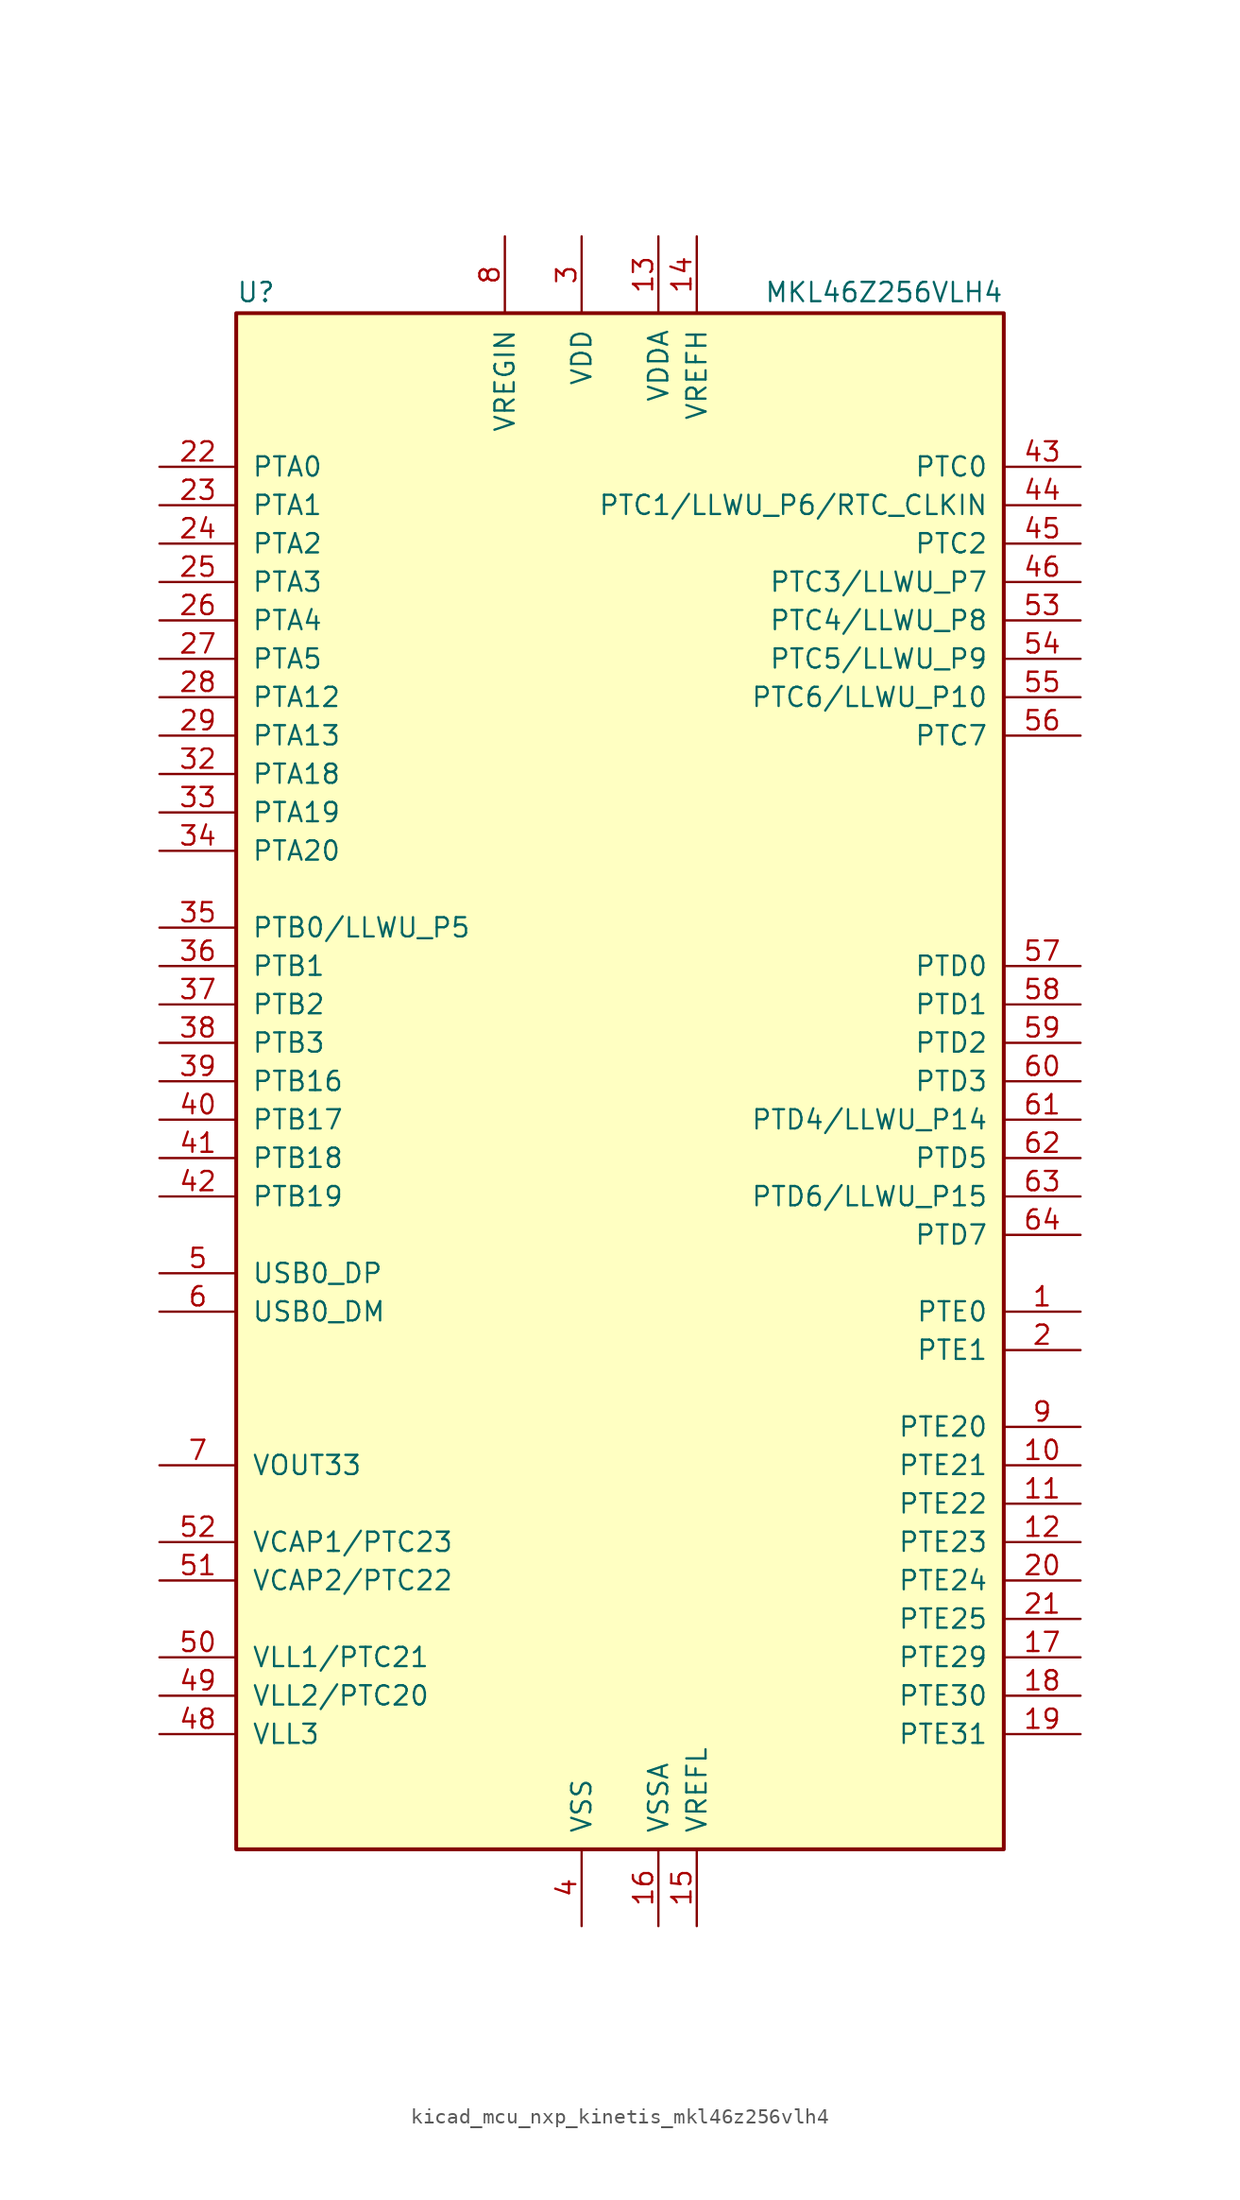
<source format=kicad_sym>
(kicad_symbol_lib
  (version 20220914)
  (generator kicad_symbol_editor)
  (symbol "kicad_mcu_nxp_kinetis_mkl46z256vlh4"
    (pin_names
      (offset 1.016))
    (property "Reference" "U"
      (at -25.4 51.435 0)
      (effects (font (size 1.27 1.27)) (justify left bottom)))
    (property "Value" "MKL46Z256VLH4"
      (at 25.4 51.435 0)
      (effects (font (size 1.27 1.27)) (justify right bottom)))
    (symbol "kicad_mcu_nxp_kinetis_mkl46z256vlh4_0_1"
      (rectangle (start -25.4 50.8) (end 25.4 -50.8) (stroke (width 0.254) (type default)) (fill (type background))))
    (symbol "kicad_mcu_nxp_kinetis_mkl46z256vlh4_1_1"
      (pin bidirectional line (at 30.48 -15.24 180) (length 5.08) (name "PTE0" (effects (font (size 1.27 1.27)))) (number "1" (effects (font (size 1.27 1.27)))))
      (pin bidirectional line (at 30.48 -25.4 180) (length 5.08) (name "PTE21" (effects (font (size 1.27 1.27)))) (number "10" (effects (font (size 1.27 1.27)))))
      (pin bidirectional line (at 30.48 -27.94 180) (length 5.08) (name "PTE22" (effects (font (size 1.27 1.27)))) (number "11" (effects (font (size 1.27 1.27)))))
      (pin bidirectional line (at 30.48 -30.48 180) (length 5.08) (name "PTE23" (effects (font (size 1.27 1.27)))) (number "12" (effects (font (size 1.27 1.27)))))
      (pin power_in line (at 2.54 55.88 270) (length 5.08) (name "VDDA" (effects (font (size 1.27 1.27)))) (number "13" (effects (font (size 1.27 1.27)))))
      (pin power_in line (at 5.08 55.88 270) (length 5.08) (name "VREFH" (effects (font (size 1.27 1.27)))) (number "14" (effects (font (size 1.27 1.27)))))
      (pin power_in line (at 5.08 -55.88 90) (length 5.08) (name "VREFL" (effects (font (size 1.27 1.27)))) (number "15" (effects (font (size 1.27 1.27)))))
      (pin power_in line (at 2.54 -55.88 90) (length 5.08) (name "VSSA" (effects (font (size 1.27 1.27)))) (number "16" (effects (font (size 1.27 1.27)))))
      (pin bidirectional line (at 30.48 -38.1 180) (length 5.08) (name "PTE29" (effects (font (size 1.27 1.27)))) (number "17" (effects (font (size 1.27 1.27)))))
      (pin bidirectional line (at 30.48 -40.64 180) (length 5.08) (name "PTE30" (effects (font (size 1.27 1.27)))) (number "18" (effects (font (size 1.27 1.27)))))
      (pin bidirectional line (at 30.48 -43.18 180) (length 5.08) (name "PTE31" (effects (font (size 1.27 1.27)))) (number "19" (effects (font (size 1.27 1.27)))))
      (pin bidirectional line (at 30.48 -17.78 180) (length 5.08) (name "PTE1" (effects (font (size 1.27 1.27)))) (number "2" (effects (font (size 1.27 1.27)))))
      (pin bidirectional line (at 30.48 -33.02 180) (length 5.08) (name "PTE24" (effects (font (size 1.27 1.27)))) (number "20" (effects (font (size 1.27 1.27)))))
      (pin bidirectional line (at 30.48 -35.56 180) (length 5.08) (name "PTE25" (effects (font (size 1.27 1.27)))) (number "21" (effects (font (size 1.27 1.27)))))
      (pin bidirectional line (at -30.48 40.64 0) (length 5.08) (name "PTA0" (effects (font (size 1.27 1.27)))) (number "22" (effects (font (size 1.27 1.27)))))
      (pin bidirectional line (at -30.48 38.1 0) (length 5.08) (name "PTA1" (effects (font (size 1.27 1.27)))) (number "23" (effects (font (size 1.27 1.27)))))
      (pin bidirectional line (at -30.48 35.56 0) (length 5.08) (name "PTA2" (effects (font (size 1.27 1.27)))) (number "24" (effects (font (size 1.27 1.27)))))
      (pin bidirectional line (at -30.48 33.02 0) (length 5.08) (name "PTA3" (effects (font (size 1.27 1.27)))) (number "25" (effects (font (size 1.27 1.27)))))
      (pin bidirectional line (at -30.48 30.48 0) (length 5.08) (name "PTA4" (effects (font (size 1.27 1.27)))) (number "26" (effects (font (size 1.27 1.27)))))
      (pin bidirectional line (at -30.48 27.94 0) (length 5.08) (name "PTA5" (effects (font (size 1.27 1.27)))) (number "27" (effects (font (size 1.27 1.27)))))
      (pin bidirectional line (at -30.48 25.4 0) (length 5.08) (name "PTA12" (effects (font (size 1.27 1.27)))) (number "28" (effects (font (size 1.27 1.27)))))
      (pin bidirectional line (at -30.48 22.86 0) (length 5.08) (name "PTA13" (effects (font (size 1.27 1.27)))) (number "29" (effects (font (size 1.27 1.27)))))
      (pin power_in line (at -2.54 55.88 270) (length 5.08) (name "VDD" (effects (font (size 1.27 1.27)))) (number "3" (effects (font (size 1.27 1.27)))))
      (pin passive line (at -2.54 55.88 270) (length 5.08) hide (name "VDD" (effects (font (size 1.27 1.27)))) (number "30" (effects (font (size 1.27 1.27)))))
      (pin passive line (at -2.54 -55.88 90) (length 5.08) hide (name "VSS" (effects (font (size 1.27 1.27)))) (number "31" (effects (font (size 1.27 1.27)))))
      (pin bidirectional line (at -30.48 20.32 0) (length 5.08) (name "PTA18" (effects (font (size 1.27 1.27)))) (number "32" (effects (font (size 1.27 1.27)))))
      (pin bidirectional line (at -30.48 17.78 0) (length 5.08) (name "PTA19" (effects (font (size 1.27 1.27)))) (number "33" (effects (font (size 1.27 1.27)))))
      (pin bidirectional line (at -30.48 15.24 0) (length 5.08) (name "PTA20" (effects (font (size 1.27 1.27)))) (number "34" (effects (font (size 1.27 1.27)))))
      (pin bidirectional line (at -30.48 10.16 0) (length 5.08) (name "PTB0/LLWU_P5" (effects (font (size 1.27 1.27)))) (number "35" (effects (font (size 1.27 1.27)))))
      (pin bidirectional line (at -30.48 7.62 0) (length 5.08) (name "PTB1" (effects (font (size 1.27 1.27)))) (number "36" (effects (font (size 1.27 1.27)))))
      (pin bidirectional line (at -30.48 5.08 0) (length 5.08) (name "PTB2" (effects (font (size 1.27 1.27)))) (number "37" (effects (font (size 1.27 1.27)))))
      (pin bidirectional line (at -30.48 2.54 0) (length 5.08) (name "PTB3" (effects (font (size 1.27 1.27)))) (number "38" (effects (font (size 1.27 1.27)))))
      (pin bidirectional line (at -30.48 0 0) (length 5.08) (name "PTB16" (effects (font (size 1.27 1.27)))) (number "39" (effects (font (size 1.27 1.27)))))
      (pin power_in line (at -2.54 -55.88 90) (length 5.08) (name "VSS" (effects (font (size 1.27 1.27)))) (number "4" (effects (font (size 1.27 1.27)))))
      (pin bidirectional line (at -30.48 -2.54 0) (length 5.08) (name "PTB17" (effects (font (size 1.27 1.27)))) (number "40" (effects (font (size 1.27 1.27)))))
      (pin bidirectional line (at -30.48 -5.08 0) (length 5.08) (name "PTB18" (effects (font (size 1.27 1.27)))) (number "41" (effects (font (size 1.27 1.27)))))
      (pin bidirectional line (at -30.48 -7.62 0) (length 5.08) (name "PTB19" (effects (font (size 1.27 1.27)))) (number "42" (effects (font (size 1.27 1.27)))))
      (pin bidirectional line (at 30.48 40.64 180) (length 5.08) (name "PTC0" (effects (font (size 1.27 1.27)))) (number "43" (effects (font (size 1.27 1.27)))))
      (pin bidirectional line (at 30.48 38.1 180) (length 5.08) (name "PTC1/LLWU_P6/RTC_CLKIN" (effects (font (size 1.27 1.27)))) (number "44" (effects (font (size 1.27 1.27)))))
      (pin bidirectional line (at 30.48 35.56 180) (length 5.08) (name "PTC2" (effects (font (size 1.27 1.27)))) (number "45" (effects (font (size 1.27 1.27)))))
      (pin bidirectional line (at 30.48 33.02 180) (length 5.08) (name "PTC3/LLWU_P7" (effects (font (size 1.27 1.27)))) (number "46" (effects (font (size 1.27 1.27)))))
      (pin passive line (at -2.54 -55.88 90) (length 5.08) hide (name "VSS" (effects (font (size 1.27 1.27)))) (number "47" (effects (font (size 1.27 1.27)))))
      (pin power_out line (at -30.48 -43.18 0) (length 5.08) (name "VLL3" (effects (font (size 1.27 1.27)))) (number "48" (effects (font (size 1.27 1.27)))))
      (pin power_out line (at -30.48 -40.64 0) (length 5.08) (name "VLL2/PTC20" (effects (font (size 1.27 1.27)))) (number "49" (effects (font (size 1.27 1.27)))))
      (pin bidirectional line (at -30.48 -12.7 0) (length 5.08) (name "USB0_DP" (effects (font (size 1.27 1.27)))) (number "5" (effects (font (size 1.27 1.27)))))
      (pin power_out line (at -30.48 -38.1 0) (length 5.08) (name "VLL1/PTC21" (effects (font (size 1.27 1.27)))) (number "50" (effects (font (size 1.27 1.27)))))
      (pin passive line (at -30.48 -33.02 0) (length 5.08) (name "VCAP2/PTC22" (effects (font (size 1.27 1.27)))) (number "51" (effects (font (size 1.27 1.27)))))
      (pin passive line (at -30.48 -30.48 0) (length 5.08) (name "VCAP1/PTC23" (effects (font (size 1.27 1.27)))) (number "52" (effects (font (size 1.27 1.27)))))
      (pin bidirectional line (at 30.48 30.48 180) (length 5.08) (name "PTC4/LLWU_P8" (effects (font (size 1.27 1.27)))) (number "53" (effects (font (size 1.27 1.27)))))
      (pin bidirectional line (at 30.48 27.94 180) (length 5.08) (name "PTC5/LLWU_P9" (effects (font (size 1.27 1.27)))) (number "54" (effects (font (size 1.27 1.27)))))
      (pin bidirectional line (at 30.48 25.4 180) (length 5.08) (name "PTC6/LLWU_P10" (effects (font (size 1.27 1.27)))) (number "55" (effects (font (size 1.27 1.27)))))
      (pin bidirectional line (at 30.48 22.86 180) (length 5.08) (name "PTC7" (effects (font (size 1.27 1.27)))) (number "56" (effects (font (size 1.27 1.27)))))
      (pin bidirectional line (at 30.48 7.62 180) (length 5.08) (name "PTD0" (effects (font (size 1.27 1.27)))) (number "57" (effects (font (size 1.27 1.27)))))
      (pin bidirectional line (at 30.48 5.08 180) (length 5.08) (name "PTD1" (effects (font (size 1.27 1.27)))) (number "58" (effects (font (size 1.27 1.27)))))
      (pin bidirectional line (at 30.48 2.54 180) (length 5.08) (name "PTD2" (effects (font (size 1.27 1.27)))) (number "59" (effects (font (size 1.27 1.27)))))
      (pin bidirectional line (at -30.48 -15.24 0) (length 5.08) (name "USB0_DM" (effects (font (size 1.27 1.27)))) (number "6" (effects (font (size 1.27 1.27)))))
      (pin bidirectional line (at 30.48 0 180) (length 5.08) (name "PTD3" (effects (font (size 1.27 1.27)))) (number "60" (effects (font (size 1.27 1.27)))))
      (pin bidirectional line (at 30.48 -2.54 180) (length 5.08) (name "PTD4/LLWU_P14" (effects (font (size 1.27 1.27)))) (number "61" (effects (font (size 1.27 1.27)))))
      (pin bidirectional line (at 30.48 -5.08 180) (length 5.08) (name "PTD5" (effects (font (size 1.27 1.27)))) (number "62" (effects (font (size 1.27 1.27)))))
      (pin bidirectional line (at 30.48 -7.62 180) (length 5.08) (name "PTD6/LLWU_P15" (effects (font (size 1.27 1.27)))) (number "63" (effects (font (size 1.27 1.27)))))
      (pin bidirectional line (at 30.48 -10.16 180) (length 5.08) (name "PTD7" (effects (font (size 1.27 1.27)))) (number "64" (effects (font (size 1.27 1.27)))))
      (pin power_out line (at -30.48 -25.4 0) (length 5.08) (name "VOUT33" (effects (font (size 1.27 1.27)))) (number "7" (effects (font (size 1.27 1.27)))))
      (pin power_in line (at -7.62 55.88 270) (length 5.08) (name "VREGIN" (effects (font (size 1.27 1.27)))) (number "8" (effects (font (size 1.27 1.27)))))
      (pin bidirectional line (at 30.48 -22.86 180) (length 5.08) (name "PTE20" (effects (font (size 1.27 1.27)))) (number "9" (effects (font (size 1.27 1.27))))))))
</source>
